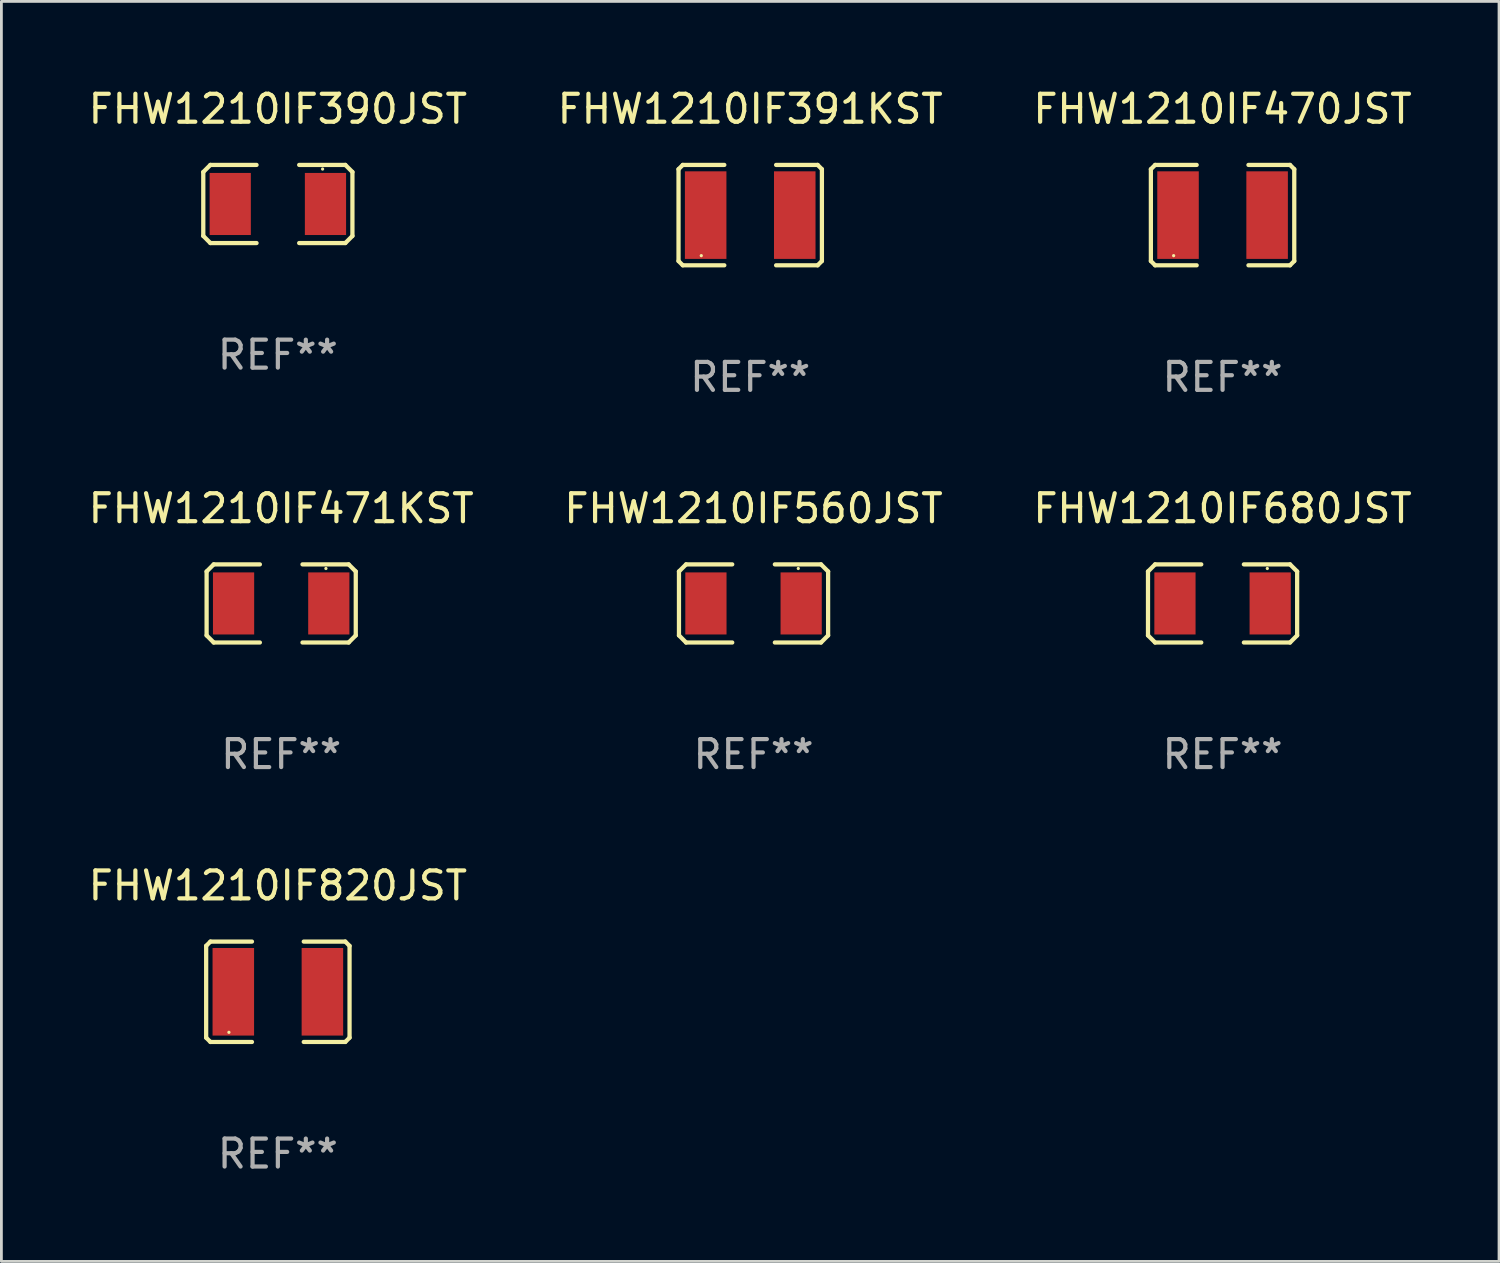
<source format=kicad_pcb>
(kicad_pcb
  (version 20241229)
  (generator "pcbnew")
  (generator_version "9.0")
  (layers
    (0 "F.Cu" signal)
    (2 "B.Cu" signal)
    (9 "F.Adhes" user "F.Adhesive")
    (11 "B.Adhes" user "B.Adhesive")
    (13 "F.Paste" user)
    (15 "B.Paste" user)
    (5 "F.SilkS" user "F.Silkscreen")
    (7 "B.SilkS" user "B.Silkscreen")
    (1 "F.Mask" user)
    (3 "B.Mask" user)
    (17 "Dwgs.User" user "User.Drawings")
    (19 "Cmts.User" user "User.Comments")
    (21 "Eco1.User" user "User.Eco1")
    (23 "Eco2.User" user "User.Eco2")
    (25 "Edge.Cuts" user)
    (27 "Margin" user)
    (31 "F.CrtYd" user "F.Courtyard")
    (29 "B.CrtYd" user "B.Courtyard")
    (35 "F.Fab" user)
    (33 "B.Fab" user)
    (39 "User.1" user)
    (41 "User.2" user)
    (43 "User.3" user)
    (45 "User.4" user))
  (footprint "FHW1210IF680JST"
    (layer "F.Cu")
    (at 40.673 18.531)
    (property "Reference" "FHW1210IF680JST" (at 0 -3.397 0) (layer "F.SilkS") (effects (font (size 1 1) (thickness 0.15))))
    (attr through_hole)
    (fp_line (start -2.667 -1.143) (end -2.413 -1.397) (stroke (width 0.152) (type solid)) (layer "F.SilkS"))
    (fp_line (start -2.667 1.143) (end -2.667 -1.143) (stroke (width 0.152) (type solid)) (layer "F.SilkS"))
    (fp_line (start -2.413 -1.397) (end -0.762 -1.397) (stroke (width 0.152) (type solid)) (layer "F.SilkS"))
    (fp_line (start -2.413 1.397) (end -2.667 1.143) (stroke (width 0.152) (type solid)) (layer "F.SilkS"))
    (fp_line (start -0.762 1.397) (end -2.413 1.397) (stroke (width 0.152) (type solid)) (layer "F.SilkS"))
    (fp_line (start 0.762 -1.397) (end 2.413 -1.397) (stroke (width 0.152) (type solid)) (layer "F.SilkS"))
    (fp_line (start 2.413 -1.397) (end 2.667 -1.143) (stroke (width 0.152) (type solid)) (layer "F.SilkS"))
    (fp_line (start 2.413 1.397) (end 0.762 1.397) (stroke (width 0.152) (type solid)) (layer "F.SilkS"))
    (fp_line (start 2.667 -1.143) (end 2.667 1.143) (stroke (width 0.152) (type solid)) (layer "F.SilkS"))
    (fp_line (start 2.667 1.143) (end 2.413 1.397) (stroke (width 0.152) (type solid)) (layer "F.SilkS"))
    (fp_circle (center 1.6 -1.25) (end 1.63 -1.25) (stroke (width 0.06) (type solid)) (fill no) (layer "F.SilkS"))
    (fp_text user "REF**" (at 0 5.397 0) (layer "F.Fab") (effects (font (size 1 1) (thickness 0.15))))
    (pad "1" smd rect (at 1.703 0) (size 1.474 2.22) (layers "F.Cu" "F.Mask" "F.Paste"))
    (pad "2" smd rect (at -1.703 0) (size 1.474 2.22) (layers "F.Cu" "F.Mask" "F.Paste")))
  (footprint "FHW1210IF390JST"
    (layer "F.Cu")
    (at 6.887 4.245)
    (property "Reference" "FHW1210IF390JST" (at 0 -3.397 0) (layer "F.SilkS") (effects (font (size 1 1) (thickness 0.15))))
    (attr through_hole)
    (fp_line (start -2.667 -1.143) (end -2.413 -1.397) (stroke (width 0.152) (type solid)) (layer "F.SilkS"))
    (fp_line (start -2.667 1.143) (end -2.667 -1.143) (stroke (width 0.152) (type solid)) (layer "F.SilkS"))
    (fp_line (start -2.413 -1.397) (end -0.762 -1.397) (stroke (width 0.152) (type solid)) (layer "F.SilkS"))
    (fp_line (start -2.413 1.397) (end -2.667 1.143) (stroke (width 0.152) (type solid)) (layer "F.SilkS"))
    (fp_line (start -0.762 1.397) (end -2.413 1.397) (stroke (width 0.152) (type solid)) (layer "F.SilkS"))
    (fp_line (start 0.762 -1.397) (end 2.413 -1.397) (stroke (width 0.152) (type solid)) (layer "F.SilkS"))
    (fp_line (start 2.413 -1.397) (end 2.667 -1.143) (stroke (width 0.152) (type solid)) (layer "F.SilkS"))
    (fp_line (start 2.413 1.397) (end 0.762 1.397) (stroke (width 0.152) (type solid)) (layer "F.SilkS"))
    (fp_line (start 2.667 -1.143) (end 2.667 1.143) (stroke (width 0.152) (type solid)) (layer "F.SilkS"))
    (fp_line (start 2.667 1.143) (end 2.413 1.397) (stroke (width 0.152) (type solid)) (layer "F.SilkS"))
    (fp_circle (center 1.6 -1.25) (end 1.63 -1.25) (stroke (width 0.06) (type solid)) (fill no) (layer "F.SilkS"))
    (fp_text user "REF**" (at 0 5.397 0) (layer "F.Fab") (effects (font (size 1 1) (thickness 0.15))))
    (pad "1" smd rect (at 1.703 0) (size 1.474 2.22) (layers "F.Cu" "F.Mask" "F.Paste"))
    (pad "2" smd rect (at -1.703 0) (size 1.474 2.22) (layers "F.Cu" "F.Mask" "F.Paste")))
  (footprint "FHW1210IF391KST"
    (layer "F.Cu")
    (at 23.78 4.643)
    (property "Reference" "FHW1210IF391KST" (at 0 -3.795 0) (layer "F.SilkS") (effects (font (size 1 1) (thickness 0.15))))
    (attr through_hole)
    (fp_line (start -2.564 -1.642) (end -2.564 1.642) (stroke (width 0.152) (type solid)) (layer "F.SilkS"))
    (fp_line (start -2.564 1.642) (end -2.411 1.795) (stroke (width 0.152) (type solid)) (layer "F.SilkS"))
    (fp_line (start -2.411 -1.795) (end -2.564 -1.642) (stroke (width 0.152) (type solid)) (layer "F.SilkS"))
    (fp_line (start -2.411 1.795) (end -0.926 1.795) (stroke (width 0.152) (type solid)) (layer "F.SilkS"))
    (fp_line (start -0.926 -1.795) (end -2.411 -1.795) (stroke (width 0.152) (type solid)) (layer "F.SilkS"))
    (fp_line (start 0.926 -1.795) (end 2.411 -1.795) (stroke (width 0.152) (type solid)) (layer "F.SilkS"))
    (fp_line (start 2.411 -1.795) (end 2.564 -1.642) (stroke (width 0.152) (type solid)) (layer "F.SilkS"))
    (fp_line (start 2.411 1.795) (end 0.926 1.795) (stroke (width 0.152) (type solid)) (layer "F.SilkS"))
    (fp_line (start 2.564 -1.642) (end 2.564 1.642) (stroke (width 0.152) (type solid)) (layer "F.SilkS"))
    (fp_line (start 2.564 1.642) (end 2.411 1.795) (stroke (width 0.152) (type solid)) (layer "F.SilkS"))
    (fp_circle (center -1.75 1.45) (end -1.72 1.45) (stroke (width 0.06) (type solid)) (fill no) (layer "F.SilkS"))
    (fp_text user "REF**" (at 0 5.795 0) (layer "F.Fab") (effects (font (size 1 1) (thickness 0.15))))
    (pad "1" smd rect (at -1.593 0.000076) (size 1.485 3.132) (layers "F.Cu" "F.Mask" "F.Paste"))
    (pad "2" smd rect (at 1.593 0.000076) (size 1.485 3.132) (layers "F.Cu" "F.Mask" "F.Paste")))
  (footprint "FHW1210IF820JST"
    (layer "F.Cu")
    (at 6.887 32.419)
    (property "Reference" "FHW1210IF820JST" (at 0 -3.795 0) (layer "F.SilkS") (effects (font (size 1 1) (thickness 0.15))))
    (attr through_hole)
    (fp_line (start -2.564 -1.642) (end -2.564 1.642) (stroke (width 0.152) (type solid)) (layer "F.SilkS"))
    (fp_line (start -2.564 1.642) (end -2.411 1.795) (stroke (width 0.152) (type solid)) (layer "F.SilkS"))
    (fp_line (start -2.411 -1.795) (end -2.564 -1.642) (stroke (width 0.152) (type solid)) (layer "F.SilkS"))
    (fp_line (start -2.411 1.795) (end -0.926 1.795) (stroke (width 0.152) (type solid)) (layer "F.SilkS"))
    (fp_line (start -0.926 -1.795) (end -2.411 -1.795) (stroke (width 0.152) (type solid)) (layer "F.SilkS"))
    (fp_line (start 0.926 -1.795) (end 2.411 -1.795) (stroke (width 0.152) (type solid)) (layer "F.SilkS"))
    (fp_line (start 2.411 -1.795) (end 2.564 -1.642) (stroke (width 0.152) (type solid)) (layer "F.SilkS"))
    (fp_line (start 2.411 1.795) (end 0.926 1.795) (stroke (width 0.152) (type solid)) (layer "F.SilkS"))
    (fp_line (start 2.564 -1.642) (end 2.564 1.642) (stroke (width 0.152) (type solid)) (layer "F.SilkS"))
    (fp_line (start 2.564 1.642) (end 2.411 1.795) (stroke (width 0.152) (type solid)) (layer "F.SilkS"))
    (fp_circle (center -1.75 1.45) (end -1.72 1.45) (stroke (width 0.06) (type solid)) (fill no) (layer "F.SilkS"))
    (fp_text user "REF**" (at 0 5.795 0) (layer "F.Fab") (effects (font (size 1 1) (thickness 0.15))))
    (pad "1" smd rect (at -1.593 0.000076) (size 1.485 3.132) (layers "F.Cu" "F.Mask" "F.Paste"))
    (pad "2" smd rect (at 1.593 0.000076) (size 1.485 3.132) (layers "F.Cu" "F.Mask" "F.Paste")))
  (footprint "FHW1210IF470JST"
    (layer "F.Cu")
    (at 40.673 4.643)
    (property "Reference" "FHW1210IF470JST" (at 0 -3.795 0) (layer "F.SilkS") (effects (font (size 1 1) (thickness 0.15))))
    (attr through_hole)
    (fp_line (start -2.564 -1.642) (end -2.564 1.642) (stroke (width 0.152) (type solid)) (layer "F.SilkS"))
    (fp_line (start -2.564 1.642) (end -2.411 1.795) (stroke (width 0.152) (type solid)) (layer "F.SilkS"))
    (fp_line (start -2.411 -1.795) (end -2.564 -1.642) (stroke (width 0.152) (type solid)) (layer "F.SilkS"))
    (fp_line (start -2.411 1.795) (end -0.926 1.795) (stroke (width 0.152) (type solid)) (layer "F.SilkS"))
    (fp_line (start -0.926 -1.795) (end -2.411 -1.795) (stroke (width 0.152) (type solid)) (layer "F.SilkS"))
    (fp_line (start 0.926 -1.795) (end 2.411 -1.795) (stroke (width 0.152) (type solid)) (layer "F.SilkS"))
    (fp_line (start 2.411 -1.795) (end 2.564 -1.642) (stroke (width 0.152) (type solid)) (layer "F.SilkS"))
    (fp_line (start 2.411 1.795) (end 0.926 1.795) (stroke (width 0.152) (type solid)) (layer "F.SilkS"))
    (fp_line (start 2.564 -1.642) (end 2.564 1.642) (stroke (width 0.152) (type solid)) (layer "F.SilkS"))
    (fp_line (start 2.564 1.642) (end 2.411 1.795) (stroke (width 0.152) (type solid)) (layer "F.SilkS"))
    (fp_circle (center -1.75 1.45) (end -1.72 1.45) (stroke (width 0.06) (type solid)) (fill no) (layer "F.SilkS"))
    (fp_text user "REF**" (at 0 5.795 0) (layer "F.Fab") (effects (font (size 1 1) (thickness 0.15))))
    (pad "1" smd rect (at -1.593 0.000076) (size 1.485 3.132) (layers "F.Cu" "F.Mask" "F.Paste"))
    (pad "2" smd rect (at 1.593 0.000076) (size 1.485 3.132) (layers "F.Cu" "F.Mask" "F.Paste")))
  (footprint "FHW1210IF471KST"
    (layer "F.Cu")
    (at 7.006 18.531)
    (property "Reference" "FHW1210IF471KST" (at 0 -3.397 0) (layer "F.SilkS") (effects (font (size 1 1) (thickness 0.15))))
    (attr through_hole)
    (fp_line (start -2.667 -1.143) (end -2.413 -1.397) (stroke (width 0.152) (type solid)) (layer "F.SilkS"))
    (fp_line (start -2.667 1.143) (end -2.667 -1.143) (stroke (width 0.152) (type solid)) (layer "F.SilkS"))
    (fp_line (start -2.413 -1.397) (end -0.762 -1.397) (stroke (width 0.152) (type solid)) (layer "F.SilkS"))
    (fp_line (start -2.413 1.397) (end -2.667 1.143) (stroke (width 0.152) (type solid)) (layer "F.SilkS"))
    (fp_line (start -0.762 1.397) (end -2.413 1.397) (stroke (width 0.152) (type solid)) (layer "F.SilkS"))
    (fp_line (start 0.762 -1.397) (end 2.413 -1.397) (stroke (width 0.152) (type solid)) (layer "F.SilkS"))
    (fp_line (start 2.413 -1.397) (end 2.667 -1.143) (stroke (width 0.152) (type solid)) (layer "F.SilkS"))
    (fp_line (start 2.413 1.397) (end 0.762 1.397) (stroke (width 0.152) (type solid)) (layer "F.SilkS"))
    (fp_line (start 2.667 -1.143) (end 2.667 1.143) (stroke (width 0.152) (type solid)) (layer "F.SilkS"))
    (fp_line (start 2.667 1.143) (end 2.413 1.397) (stroke (width 0.152) (type solid)) (layer "F.SilkS"))
    (fp_circle (center 1.6 -1.25) (end 1.63 -1.25) (stroke (width 0.06) (type solid)) (fill no) (layer "F.SilkS"))
    (fp_text user "REF**" (at 0 5.397 0) (layer "F.Fab") (effects (font (size 1 1) (thickness 0.15))))
    (pad "1" smd rect (at 1.703 0) (size 1.474 2.22) (layers "F.Cu" "F.Mask" "F.Paste"))
    (pad "2" smd rect (at -1.703 0) (size 1.474 2.22) (layers "F.Cu" "F.Mask" "F.Paste")))
  (footprint "FHW1210IF560JST"
    (layer "F.Cu")
    (at 23.899 18.531)
    (property "Reference" "FHW1210IF560JST" (at 0 -3.397 0) (layer "F.SilkS") (effects (font (size 1 1) (thickness 0.15))))
    (attr through_hole)
    (fp_line (start -2.667 -1.143) (end -2.413 -1.397) (stroke (width 0.152) (type solid)) (layer "F.SilkS"))
    (fp_line (start -2.667 1.143) (end -2.667 -1.143) (stroke (width 0.152) (type solid)) (layer "F.SilkS"))
    (fp_line (start -2.413 -1.397) (end -0.762 -1.397) (stroke (width 0.152) (type solid)) (layer "F.SilkS"))
    (fp_line (start -2.413 1.397) (end -2.667 1.143) (stroke (width 0.152) (type solid)) (layer "F.SilkS"))
    (fp_line (start -0.762 1.397) (end -2.413 1.397) (stroke (width 0.152) (type solid)) (layer "F.SilkS"))
    (fp_line (start 0.762 -1.397) (end 2.413 -1.397) (stroke (width 0.152) (type solid)) (layer "F.SilkS"))
    (fp_line (start 2.413 -1.397) (end 2.667 -1.143) (stroke (width 0.152) (type solid)) (layer "F.SilkS"))
    (fp_line (start 2.413 1.397) (end 0.762 1.397) (stroke (width 0.152) (type solid)) (layer "F.SilkS"))
    (fp_line (start 2.667 -1.143) (end 2.667 1.143) (stroke (width 0.152) (type solid)) (layer "F.SilkS"))
    (fp_line (start 2.667 1.143) (end 2.413 1.397) (stroke (width 0.152) (type solid)) (layer "F.SilkS"))
    (fp_circle (center 1.6 -1.25) (end 1.63 -1.25) (stroke (width 0.06) (type solid)) (fill no) (layer "F.SilkS"))
    (fp_text user "REF**" (at 0 5.397 0) (layer "F.Fab") (effects (font (size 1 1) (thickness 0.15))))
    (pad "1" smd rect (at 1.703 0) (size 1.474 2.22) (layers "F.Cu" "F.Mask" "F.Paste"))
    (pad "2" smd rect (at -1.703 0) (size 1.474 2.22) (layers "F.Cu" "F.Mask" "F.Paste")))
  (gr_rect
    (start -3 -3)
    (end 50.56 42.062)
    (stroke (width 0.1) (type default))
    (fill no)
    (layer "Edge.Cuts")))
</source>
